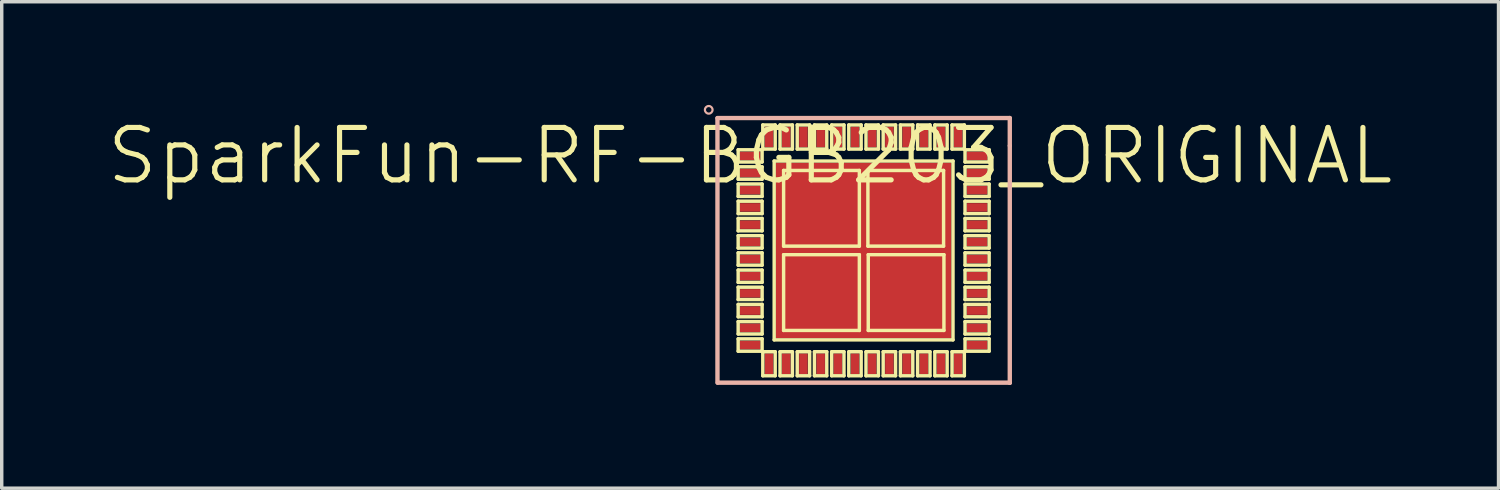
<source format=kicad_pcb>
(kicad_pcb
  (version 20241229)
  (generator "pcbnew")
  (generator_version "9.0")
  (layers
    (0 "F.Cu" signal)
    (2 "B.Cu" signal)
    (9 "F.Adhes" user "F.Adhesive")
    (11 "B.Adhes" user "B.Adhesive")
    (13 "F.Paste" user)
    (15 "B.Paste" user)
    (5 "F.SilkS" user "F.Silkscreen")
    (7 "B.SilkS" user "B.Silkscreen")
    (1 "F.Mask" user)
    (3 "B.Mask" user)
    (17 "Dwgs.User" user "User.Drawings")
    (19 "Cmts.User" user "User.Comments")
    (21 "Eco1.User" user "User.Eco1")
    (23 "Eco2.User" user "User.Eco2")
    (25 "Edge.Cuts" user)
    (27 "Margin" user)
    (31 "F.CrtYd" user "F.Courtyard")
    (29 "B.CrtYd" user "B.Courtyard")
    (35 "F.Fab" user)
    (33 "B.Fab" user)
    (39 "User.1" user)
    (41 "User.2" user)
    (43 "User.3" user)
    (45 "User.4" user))
  (footprint "SparkFun-RF-BGB203_ORIGINAL"
    (layer "F.Cu")
    (at 18.76 1.482)
    (property "Reference" "SparkFun-RF-BGB203_ORIGINAL" (at 0 0 0) (layer "F.SilkS") (effects (font (size 1.524 1.524) (thickness 0.15))))
    (attr smd)
    (fp_line (start -0.348 -0.178) (end -0.348 0.178) (stroke (width 0.1) (type solid)) (layer "F.SilkS"))
    (fp_line (start -0.348 0.178) (end 0.348 0.178) (stroke (width 0.1) (type solid)) (layer "F.SilkS"))
    (fp_line (start -0.348 0.318) (end -0.348 0.678) (stroke (width 0.1) (type solid)) (layer "F.SilkS"))
    (fp_line (start -0.348 0.678) (end 0.348 0.678) (stroke (width 0.1) (type solid)) (layer "F.SilkS"))
    (fp_line (start -0.348 0.818) (end -0.348 1.179) (stroke (width 0.1) (type solid)) (layer "F.SilkS"))
    (fp_line (start -0.348 1.179) (end 0.348 1.179) (stroke (width 0.1) (type solid)) (layer "F.SilkS"))
    (fp_line (start -0.348 1.318) (end -0.348 1.679) (stroke (width 0.1) (type solid)) (layer "F.SilkS"))
    (fp_line (start -0.348 1.679) (end 0.348 1.679) (stroke (width 0.1) (type solid)) (layer "F.SilkS"))
    (fp_line (start -0.348 1.819) (end -0.348 2.179) (stroke (width 0.1) (type solid)) (layer "F.SilkS"))
    (fp_line (start -0.348 2.179) (end 0.348 2.179) (stroke (width 0.1) (type solid)) (layer "F.SilkS"))
    (fp_line (start -0.348 2.319) (end -0.348 2.68) (stroke (width 0.1) (type solid)) (layer "F.SilkS"))
    (fp_line (start -0.348 2.68) (end 0.348 2.68) (stroke (width 0.1) (type solid)) (layer "F.SilkS"))
    (fp_line (start -0.348 2.819) (end -0.348 3.178) (stroke (width 0.1) (type solid)) (layer "F.SilkS"))
    (fp_line (start -0.348 3.178) (end 0.348 3.178) (stroke (width 0.1) (type solid)) (layer "F.SilkS"))
    (fp_line (start -0.348 3.32) (end -0.348 3.678) (stroke (width 0.1) (type solid)) (layer "F.SilkS"))
    (fp_line (start -0.348 3.678) (end 0.348 3.678) (stroke (width 0.1) (type solid)) (layer "F.SilkS"))
    (fp_line (start -0.348 3.818) (end -0.348 4.178) (stroke (width 0.1) (type solid)) (layer "F.SilkS"))
    (fp_line (start -0.348 4.178) (end 0.348 4.178) (stroke (width 0.1) (type solid)) (layer "F.SilkS"))
    (fp_line (start -0.348 4.318) (end -0.348 4.679) (stroke (width 0.1) (type solid)) (layer "F.SilkS"))
    (fp_line (start -0.348 4.679) (end 0.348 4.679) (stroke (width 0.1) (type solid)) (layer "F.SilkS"))
    (fp_line (start -0.348 4.818) (end -0.348 5.179) (stroke (width 0.1) (type solid)) (layer "F.SilkS"))
    (fp_line (start -0.348 5.179) (end 0.348 5.179) (stroke (width 0.1) (type solid)) (layer "F.SilkS"))
    (fp_line (start -0.348 5.319) (end -0.348 5.679) (stroke (width 0.1) (type solid)) (layer "F.SilkS"))
    (fp_line (start -0.348 5.679) (end 0.348 5.679) (stroke (width 0.1) (type solid)) (layer "F.SilkS"))
    (fp_line (start 0.348 -0.178) (end -0.348 -0.178) (stroke (width 0.1) (type solid)) (layer "F.SilkS"))
    (fp_line (start 0.348 0.178) (end 0.348 -0.178) (stroke (width 0.1) (type solid)) (layer "F.SilkS"))
    (fp_line (start 0.348 0.318) (end -0.348 0.318) (stroke (width 0.1) (type solid)) (layer "F.SilkS"))
    (fp_line (start 0.348 0.678) (end 0.348 0.318) (stroke (width 0.1) (type solid)) (layer "F.SilkS"))
    (fp_line (start 0.348 0.818) (end -0.348 0.818) (stroke (width 0.1) (type solid)) (layer "F.SilkS"))
    (fp_line (start 0.348 1.179) (end 0.348 0.818) (stroke (width 0.1) (type solid)) (layer "F.SilkS"))
    (fp_line (start 0.348 1.318) (end -0.348 1.318) (stroke (width 0.1) (type solid)) (layer "F.SilkS"))
    (fp_line (start 0.348 1.679) (end 0.348 1.318) (stroke (width 0.1) (type solid)) (layer "F.SilkS"))
    (fp_line (start 0.348 1.819) (end -0.348 1.819) (stroke (width 0.1) (type solid)) (layer "F.SilkS"))
    (fp_line (start 0.348 2.179) (end 0.348 1.819) (stroke (width 0.1) (type solid)) (layer "F.SilkS"))
    (fp_line (start 0.348 2.319) (end -0.348 2.319) (stroke (width 0.1) (type solid)) (layer "F.SilkS"))
    (fp_line (start 0.348 2.68) (end 0.348 2.319) (stroke (width 0.1) (type solid)) (layer "F.SilkS"))
    (fp_line (start 0.348 2.819) (end -0.348 2.819) (stroke (width 0.1) (type solid)) (layer "F.SilkS"))
    (fp_line (start 0.348 3.178) (end 0.348 2.819) (stroke (width 0.1) (type solid)) (layer "F.SilkS"))
    (fp_line (start 0.348 3.32) (end -0.348 3.32) (stroke (width 0.1) (type solid)) (layer "F.SilkS"))
    (fp_line (start 0.348 3.678) (end 0.348 3.32) (stroke (width 0.1) (type solid)) (layer "F.SilkS"))
    (fp_line (start 0.348 3.818) (end -0.348 3.818) (stroke (width 0.1) (type solid)) (layer "F.SilkS"))
    (fp_line (start 0.348 4.178) (end 0.348 3.818) (stroke (width 0.1) (type solid)) (layer "F.SilkS"))
    (fp_line (start 0.348 4.318) (end -0.348 4.318) (stroke (width 0.1) (type solid)) (layer "F.SilkS"))
    (fp_line (start 0.348 4.679) (end 0.348 4.318) (stroke (width 0.1) (type solid)) (layer "F.SilkS"))
    (fp_line (start 0.348 4.818) (end -0.348 4.818) (stroke (width 0.1) (type solid)) (layer "F.SilkS"))
    (fp_line (start 0.348 5.179) (end 0.348 4.818) (stroke (width 0.1) (type solid)) (layer "F.SilkS"))
    (fp_line (start 0.348 5.319) (end -0.348 5.319) (stroke (width 0.1) (type solid)) (layer "F.SilkS"))
    (fp_line (start 0.348 5.679) (end 0.348 5.319) (stroke (width 0.1) (type solid)) (layer "F.SilkS"))
    (fp_line (start 0.368 -0.899) (end 0.368 -0.198) (stroke (width 0.1) (type solid)) (layer "F.SilkS"))
    (fp_line (start 0.368 -0.198) (end 0.729 -0.198) (stroke (width 0.1) (type solid)) (layer "F.SilkS"))
    (fp_line (start 0.368 5.695) (end 0.368 6.393) (stroke (width 0.1) (type solid)) (layer "F.SilkS"))
    (fp_line (start 0.368 6.393) (end 0.729 6.393) (stroke (width 0.1) (type solid)) (layer "F.SilkS"))
    (fp_line (start 0.699 0.15) (end 0.699 5.349) (stroke (width 0.1) (type solid)) (layer "F.SilkS"))
    (fp_line (start 0.699 5.349) (end 5.898 5.349) (stroke (width 0.1) (type solid)) (layer "F.SilkS"))
    (fp_line (start 0.729 -0.899) (end 0.368 -0.899) (stroke (width 0.1) (type solid)) (layer "F.SilkS"))
    (fp_line (start 0.729 -0.198) (end 0.729 -0.899) (stroke (width 0.1) (type solid)) (layer "F.SilkS"))
    (fp_line (start 0.729 5.695) (end 0.368 5.695) (stroke (width 0.1) (type solid)) (layer "F.SilkS"))
    (fp_line (start 0.729 6.393) (end 0.729 5.695) (stroke (width 0.1) (type solid)) (layer "F.SilkS"))
    (fp_line (start 0.869 -0.899) (end 0.869 -0.198) (stroke (width 0.1) (type solid)) (layer "F.SilkS"))
    (fp_line (start 0.869 -0.198) (end 1.229 -0.198) (stroke (width 0.1) (type solid)) (layer "F.SilkS"))
    (fp_line (start 0.869 5.695) (end 0.869 6.393) (stroke (width 0.1) (type solid)) (layer "F.SilkS"))
    (fp_line (start 0.869 6.393) (end 1.229 6.393) (stroke (width 0.1) (type solid)) (layer "F.SilkS"))
    (fp_line (start 0.973 0.424) (end 0.973 2.624) (stroke (width 0.1) (type solid)) (layer "F.SilkS"))
    (fp_line (start 0.973 2.624) (end 3.175 2.624) (stroke (width 0.1) (type solid)) (layer "F.SilkS"))
    (fp_line (start 0.973 2.873) (end 0.973 5.075) (stroke (width 0.1) (type solid)) (layer "F.SilkS"))
    (fp_line (start 0.973 5.075) (end 3.175 5.075) (stroke (width 0.1) (type solid)) (layer "F.SilkS"))
    (fp_line (start 1.229 -0.899) (end 0.869 -0.899) (stroke (width 0.1) (type solid)) (layer "F.SilkS"))
    (fp_line (start 1.229 -0.198) (end 1.229 -0.899) (stroke (width 0.1) (type solid)) (layer "F.SilkS"))
    (fp_line (start 1.229 5.695) (end 0.869 5.695) (stroke (width 0.1) (type solid)) (layer "F.SilkS"))
    (fp_line (start 1.229 6.393) (end 1.229 5.695) (stroke (width 0.1) (type solid)) (layer "F.SilkS"))
    (fp_line (start 1.369 -0.899) (end 1.369 -0.198) (stroke (width 0.1) (type solid)) (layer "F.SilkS"))
    (fp_line (start 1.369 -0.198) (end 1.73 -0.198) (stroke (width 0.1) (type solid)) (layer "F.SilkS"))
    (fp_line (start 1.369 5.695) (end 1.369 6.393) (stroke (width 0.1) (type solid)) (layer "F.SilkS"))
    (fp_line (start 1.369 6.393) (end 1.73 6.393) (stroke (width 0.1) (type solid)) (layer "F.SilkS"))
    (fp_line (start 1.73 -0.899) (end 1.369 -0.899) (stroke (width 0.1) (type solid)) (layer "F.SilkS"))
    (fp_line (start 1.73 -0.198) (end 1.73 -0.899) (stroke (width 0.1) (type solid)) (layer "F.SilkS"))
    (fp_line (start 1.73 5.695) (end 1.369 5.695) (stroke (width 0.1) (type solid)) (layer "F.SilkS"))
    (fp_line (start 1.73 6.393) (end 1.73 5.695) (stroke (width 0.1) (type solid)) (layer "F.SilkS"))
    (fp_line (start 1.869 -0.899) (end 1.869 -0.198) (stroke (width 0.1) (type solid)) (layer "F.SilkS"))
    (fp_line (start 1.869 -0.198) (end 2.228 -0.198) (stroke (width 0.1) (type solid)) (layer "F.SilkS"))
    (fp_line (start 1.869 5.695) (end 1.869 6.393) (stroke (width 0.1) (type solid)) (layer "F.SilkS"))
    (fp_line (start 1.869 6.393) (end 2.228 6.393) (stroke (width 0.1) (type solid)) (layer "F.SilkS"))
    (fp_line (start 2.228 -0.899) (end 1.869 -0.899) (stroke (width 0.1) (type solid)) (layer "F.SilkS"))
    (fp_line (start 2.228 -0.198) (end 2.228 -0.899) (stroke (width 0.1) (type solid)) (layer "F.SilkS"))
    (fp_line (start 2.228 5.695) (end 1.869 5.695) (stroke (width 0.1) (type solid)) (layer "F.SilkS"))
    (fp_line (start 2.228 6.393) (end 2.228 5.695) (stroke (width 0.1) (type solid)) (layer "F.SilkS"))
    (fp_line (start 2.37 -0.899) (end 2.37 -0.198) (stroke (width 0.1) (type solid)) (layer "F.SilkS"))
    (fp_line (start 2.37 -0.198) (end 2.728 -0.198) (stroke (width 0.1) (type solid)) (layer "F.SilkS"))
    (fp_line (start 2.37 5.695) (end 2.37 6.393) (stroke (width 0.1) (type solid)) (layer "F.SilkS"))
    (fp_line (start 2.37 6.393) (end 2.728 6.393) (stroke (width 0.1) (type solid)) (layer "F.SilkS"))
    (fp_line (start 2.728 -0.899) (end 2.37 -0.899) (stroke (width 0.1) (type solid)) (layer "F.SilkS"))
    (fp_line (start 2.728 -0.198) (end 2.728 -0.899) (stroke (width 0.1) (type solid)) (layer "F.SilkS"))
    (fp_line (start 2.728 5.695) (end 2.37 5.695) (stroke (width 0.1) (type solid)) (layer "F.SilkS"))
    (fp_line (start 2.728 6.393) (end 2.728 5.695) (stroke (width 0.1) (type solid)) (layer "F.SilkS"))
    (fp_line (start 2.868 -0.899) (end 2.868 -0.198) (stroke (width 0.1) (type solid)) (layer "F.SilkS"))
    (fp_line (start 2.868 -0.198) (end 3.228 -0.198) (stroke (width 0.1) (type solid)) (layer "F.SilkS"))
    (fp_line (start 2.868 5.695) (end 2.868 6.393) (stroke (width 0.1) (type solid)) (layer "F.SilkS"))
    (fp_line (start 2.868 6.393) (end 3.228 6.393) (stroke (width 0.1) (type solid)) (layer "F.SilkS"))
    (fp_line (start 3.175 0.424) (end 0.973 0.424) (stroke (width 0.1) (type solid)) (layer "F.SilkS"))
    (fp_line (start 3.175 2.624) (end 3.175 0.424) (stroke (width 0.1) (type solid)) (layer "F.SilkS"))
    (fp_line (start 3.175 2.873) (end 0.973 2.873) (stroke (width 0.1) (type solid)) (layer "F.SilkS"))
    (fp_line (start 3.175 5.075) (end 3.175 2.873) (stroke (width 0.1) (type solid)) (layer "F.SilkS"))
    (fp_line (start 3.228 -0.899) (end 2.868 -0.899) (stroke (width 0.1) (type solid)) (layer "F.SilkS"))
    (fp_line (start 3.228 -0.198) (end 3.228 -0.899) (stroke (width 0.1) (type solid)) (layer "F.SilkS"))
    (fp_line (start 3.228 5.695) (end 2.868 5.695) (stroke (width 0.1) (type solid)) (layer "F.SilkS"))
    (fp_line (start 3.228 6.393) (end 3.228 5.695) (stroke (width 0.1) (type solid)) (layer "F.SilkS"))
    (fp_line (start 3.368 -0.899) (end 3.368 -0.198) (stroke (width 0.1) (type solid)) (layer "F.SilkS"))
    (fp_line (start 3.368 -0.198) (end 3.729 -0.198) (stroke (width 0.1) (type solid)) (layer "F.SilkS"))
    (fp_line (start 3.368 5.695) (end 3.368 6.393) (stroke (width 0.1) (type solid)) (layer "F.SilkS"))
    (fp_line (start 3.368 6.393) (end 3.729 6.393) (stroke (width 0.1) (type solid)) (layer "F.SilkS"))
    (fp_line (start 3.424 0.424) (end 3.424 2.624) (stroke (width 0.1) (type solid)) (layer "F.SilkS"))
    (fp_line (start 3.424 2.624) (end 5.624 2.624) (stroke (width 0.1) (type solid)) (layer "F.SilkS"))
    (fp_line (start 3.434 2.873) (end 3.434 5.075) (stroke (width 0.1) (type solid)) (layer "F.SilkS"))
    (fp_line (start 3.434 5.075) (end 5.634 5.075) (stroke (width 0.1) (type solid)) (layer "F.SilkS"))
    (fp_line (start 3.729 -0.899) (end 3.368 -0.899) (stroke (width 0.1) (type solid)) (layer "F.SilkS"))
    (fp_line (start 3.729 -0.198) (end 3.729 -0.899) (stroke (width 0.1) (type solid)) (layer "F.SilkS"))
    (fp_line (start 3.729 5.695) (end 3.368 5.695) (stroke (width 0.1) (type solid)) (layer "F.SilkS"))
    (fp_line (start 3.729 6.393) (end 3.729 5.695) (stroke (width 0.1) (type solid)) (layer "F.SilkS"))
    (fp_line (start 3.868 -0.899) (end 3.868 -0.198) (stroke (width 0.1) (type solid)) (layer "F.SilkS"))
    (fp_line (start 3.868 -0.198) (end 4.229 -0.198) (stroke (width 0.1) (type solid)) (layer "F.SilkS"))
    (fp_line (start 3.868 5.695) (end 3.868 6.393) (stroke (width 0.1) (type solid)) (layer "F.SilkS"))
    (fp_line (start 3.868 6.393) (end 4.229 6.393) (stroke (width 0.1) (type solid)) (layer "F.SilkS"))
    (fp_line (start 4.229 -0.899) (end 3.868 -0.899) (stroke (width 0.1) (type solid)) (layer "F.SilkS"))
    (fp_line (start 4.229 -0.198) (end 4.229 -0.899) (stroke (width 0.1) (type solid)) (layer "F.SilkS"))
    (fp_line (start 4.229 5.695) (end 3.868 5.695) (stroke (width 0.1) (type solid)) (layer "F.SilkS"))
    (fp_line (start 4.229 6.393) (end 4.229 5.695) (stroke (width 0.1) (type solid)) (layer "F.SilkS"))
    (fp_line (start 4.369 -0.899) (end 4.369 -0.198) (stroke (width 0.1) (type solid)) (layer "F.SilkS"))
    (fp_line (start 4.369 -0.198) (end 4.729 -0.198) (stroke (width 0.1) (type solid)) (layer "F.SilkS"))
    (fp_line (start 4.369 5.695) (end 4.369 6.393) (stroke (width 0.1) (type solid)) (layer "F.SilkS"))
    (fp_line (start 4.369 6.393) (end 4.729 6.393) (stroke (width 0.1) (type solid)) (layer "F.SilkS"))
    (fp_line (start 4.729 -0.899) (end 4.369 -0.899) (stroke (width 0.1) (type solid)) (layer "F.SilkS"))
    (fp_line (start 4.729 -0.198) (end 4.729 -0.899) (stroke (width 0.1) (type solid)) (layer "F.SilkS"))
    (fp_line (start 4.729 5.695) (end 4.369 5.695) (stroke (width 0.1) (type solid)) (layer "F.SilkS"))
    (fp_line (start 4.729 6.393) (end 4.729 5.695) (stroke (width 0.1) (type solid)) (layer "F.SilkS"))
    (fp_line (start 4.869 -0.899) (end 4.869 -0.198) (stroke (width 0.1) (type solid)) (layer "F.SilkS"))
    (fp_line (start 4.869 -0.198) (end 5.23 -0.198) (stroke (width 0.1) (type solid)) (layer "F.SilkS"))
    (fp_line (start 4.869 5.695) (end 4.869 6.393) (stroke (width 0.1) (type solid)) (layer "F.SilkS"))
    (fp_line (start 4.869 6.393) (end 5.23 6.393) (stroke (width 0.1) (type solid)) (layer "F.SilkS"))
    (fp_line (start 5.23 -0.899) (end 4.869 -0.899) (stroke (width 0.1) (type solid)) (layer "F.SilkS"))
    (fp_line (start 5.23 -0.198) (end 5.23 -0.899) (stroke (width 0.1) (type solid)) (layer "F.SilkS"))
    (fp_line (start 5.23 5.695) (end 4.869 5.695) (stroke (width 0.1) (type solid)) (layer "F.SilkS"))
    (fp_line (start 5.23 6.393) (end 5.23 5.695) (stroke (width 0.1) (type solid)) (layer "F.SilkS"))
    (fp_line (start 5.37 -0.899) (end 5.37 -0.198) (stroke (width 0.1) (type solid)) (layer "F.SilkS"))
    (fp_line (start 5.37 -0.198) (end 5.728 -0.198) (stroke (width 0.1) (type solid)) (layer "F.SilkS"))
    (fp_line (start 5.37 5.695) (end 5.37 6.393) (stroke (width 0.1) (type solid)) (layer "F.SilkS"))
    (fp_line (start 5.37 6.393) (end 5.728 6.393) (stroke (width 0.1) (type solid)) (layer "F.SilkS"))
    (fp_line (start 5.624 0.424) (end 3.424 0.424) (stroke (width 0.1) (type solid)) (layer "F.SilkS"))
    (fp_line (start 5.624 2.624) (end 5.624 0.424) (stroke (width 0.1) (type solid)) (layer "F.SilkS"))
    (fp_line (start 5.634 2.873) (end 3.434 2.873) (stroke (width 0.1) (type solid)) (layer "F.SilkS"))
    (fp_line (start 5.634 5.075) (end 5.634 2.873) (stroke (width 0.1) (type solid)) (layer "F.SilkS"))
    (fp_line (start 5.728 -0.899) (end 5.37 -0.899) (stroke (width 0.1) (type solid)) (layer "F.SilkS"))
    (fp_line (start 5.728 -0.198) (end 5.728 -0.899) (stroke (width 0.1) (type solid)) (layer "F.SilkS"))
    (fp_line (start 5.728 5.695) (end 5.37 5.695) (stroke (width 0.1) (type solid)) (layer "F.SilkS"))
    (fp_line (start 5.728 6.393) (end 5.728 5.695) (stroke (width 0.1) (type solid)) (layer "F.SilkS"))
    (fp_line (start 5.87 -0.899) (end 5.87 -0.198) (stroke (width 0.1) (type solid)) (layer "F.SilkS"))
    (fp_line (start 5.87 -0.198) (end 6.228 -0.198) (stroke (width 0.1) (type solid)) (layer "F.SilkS"))
    (fp_line (start 5.87 5.695) (end 5.87 6.393) (stroke (width 0.1) (type solid)) (layer "F.SilkS"))
    (fp_line (start 5.87 6.393) (end 6.228 6.393) (stroke (width 0.1) (type solid)) (layer "F.SilkS"))
    (fp_line (start 5.898 0.15) (end 0.699 0.15) (stroke (width 0.1) (type solid)) (layer "F.SilkS"))
    (fp_line (start 5.898 5.349) (end 5.898 0.15) (stroke (width 0.1) (type solid)) (layer "F.SilkS"))
    (fp_line (start 6.228 -0.899) (end 5.87 -0.899) (stroke (width 0.1) (type solid)) (layer "F.SilkS"))
    (fp_line (start 6.228 -0.198) (end 6.228 -0.899) (stroke (width 0.1) (type solid)) (layer "F.SilkS"))
    (fp_line (start 6.228 5.695) (end 5.87 5.695) (stroke (width 0.1) (type solid)) (layer "F.SilkS"))
    (fp_line (start 6.228 6.393) (end 6.228 5.695) (stroke (width 0.1) (type solid)) (layer "F.SilkS"))
    (fp_line (start 6.248 -0.178) (end 6.248 0.178) (stroke (width 0.1) (type solid)) (layer "F.SilkS"))
    (fp_line (start 6.248 0.178) (end 6.949 0.178) (stroke (width 0.1) (type solid)) (layer "F.SilkS"))
    (fp_line (start 6.248 0.318) (end 6.248 0.678) (stroke (width 0.1) (type solid)) (layer "F.SilkS"))
    (fp_line (start 6.248 0.678) (end 6.949 0.678) (stroke (width 0.1) (type solid)) (layer "F.SilkS"))
    (fp_line (start 6.248 0.818) (end 6.248 1.179) (stroke (width 0.1) (type solid)) (layer "F.SilkS"))
    (fp_line (start 6.248 1.179) (end 6.949 1.179) (stroke (width 0.1) (type solid)) (layer "F.SilkS"))
    (fp_line (start 6.248 1.318) (end 6.248 1.679) (stroke (width 0.1) (type solid)) (layer "F.SilkS"))
    (fp_line (start 6.248 1.679) (end 6.949 1.679) (stroke (width 0.1) (type solid)) (layer "F.SilkS"))
    (fp_line (start 6.248 1.819) (end 6.248 2.179) (stroke (width 0.1) (type solid)) (layer "F.SilkS"))
    (fp_line (start 6.248 2.179) (end 6.949 2.179) (stroke (width 0.1) (type solid)) (layer "F.SilkS"))
    (fp_line (start 6.248 2.319) (end 6.248 2.68) (stroke (width 0.1) (type solid)) (layer "F.SilkS"))
    (fp_line (start 6.248 2.68) (end 6.949 2.68) (stroke (width 0.1) (type solid)) (layer "F.SilkS"))
    (fp_line (start 6.248 2.819) (end 6.248 3.178) (stroke (width 0.1) (type solid)) (layer "F.SilkS"))
    (fp_line (start 6.248 3.178) (end 6.949 3.178) (stroke (width 0.1) (type solid)) (layer "F.SilkS"))
    (fp_line (start 6.248 3.32) (end 6.248 3.678) (stroke (width 0.1) (type solid)) (layer "F.SilkS"))
    (fp_line (start 6.248 3.678) (end 6.949 3.678) (stroke (width 0.1) (type solid)) (layer "F.SilkS"))
    (fp_line (start 6.248 3.818) (end 6.248 4.178) (stroke (width 0.1) (type solid)) (layer "F.SilkS"))
    (fp_line (start 6.248 4.178) (end 6.949 4.178) (stroke (width 0.1) (type solid)) (layer "F.SilkS"))
    (fp_line (start 6.248 4.318) (end 6.248 4.679) (stroke (width 0.1) (type solid)) (layer "F.SilkS"))
    (fp_line (start 6.248 4.679) (end 6.949 4.679) (stroke (width 0.1) (type solid)) (layer "F.SilkS"))
    (fp_line (start 6.248 4.818) (end 6.248 5.179) (stroke (width 0.1) (type solid)) (layer "F.SilkS"))
    (fp_line (start 6.248 5.179) (end 6.949 5.179) (stroke (width 0.1) (type solid)) (layer "F.SilkS"))
    (fp_line (start 6.248 5.319) (end 6.248 5.679) (stroke (width 0.1) (type solid)) (layer "F.SilkS"))
    (fp_line (start 6.248 5.679) (end 6.949 5.679) (stroke (width 0.1) (type solid)) (layer "F.SilkS"))
    (fp_line (start 6.949 -0.178) (end 6.248 -0.178) (stroke (width 0.1) (type solid)) (layer "F.SilkS"))
    (fp_line (start 6.949 0.178) (end 6.949 -0.178) (stroke (width 0.1) (type solid)) (layer "F.SilkS"))
    (fp_line (start 6.949 0.318) (end 6.248 0.318) (stroke (width 0.1) (type solid)) (layer "F.SilkS"))
    (fp_line (start 6.949 0.678) (end 6.949 0.318) (stroke (width 0.1) (type solid)) (layer "F.SilkS"))
    (fp_line (start 6.949 0.818) (end 6.248 0.818) (stroke (width 0.1) (type solid)) (layer "F.SilkS"))
    (fp_line (start 6.949 1.179) (end 6.949 0.818) (stroke (width 0.1) (type solid)) (layer "F.SilkS"))
    (fp_line (start 6.949 1.318) (end 6.248 1.318) (stroke (width 0.1) (type solid)) (layer "F.SilkS"))
    (fp_line (start 6.949 1.679) (end 6.949 1.318) (stroke (width 0.1) (type solid)) (layer "F.SilkS"))
    (fp_line (start 6.949 1.819) (end 6.248 1.819) (stroke (width 0.1) (type solid)) (layer "F.SilkS"))
    (fp_line (start 6.949 2.179) (end 6.949 1.819) (stroke (width 0.1) (type solid)) (layer "F.SilkS"))
    (fp_line (start 6.949 2.319) (end 6.248 2.319) (stroke (width 0.1) (type solid)) (layer "F.SilkS"))
    (fp_line (start 6.949 2.68) (end 6.949 2.319) (stroke (width 0.1) (type solid)) (layer "F.SilkS"))
    (fp_line (start 6.949 2.819) (end 6.248 2.819) (stroke (width 0.1) (type solid)) (layer "F.SilkS"))
    (fp_line (start 6.949 3.178) (end 6.949 2.819) (stroke (width 0.1) (type solid)) (layer "F.SilkS"))
    (fp_line (start 6.949 3.32) (end 6.248 3.32) (stroke (width 0.1) (type solid)) (layer "F.SilkS"))
    (fp_line (start 6.949 3.678) (end 6.949 3.32) (stroke (width 0.1) (type solid)) (layer "F.SilkS"))
    (fp_line (start 6.949 3.818) (end 6.248 3.818) (stroke (width 0.1) (type solid)) (layer "F.SilkS"))
    (fp_line (start 6.949 4.178) (end 6.949 3.818) (stroke (width 0.1) (type solid)) (layer "F.SilkS"))
    (fp_line (start 6.949 4.318) (end 6.248 4.318) (stroke (width 0.1) (type solid)) (layer "F.SilkS"))
    (fp_line (start 6.949 4.679) (end 6.949 4.318) (stroke (width 0.1) (type solid)) (layer "F.SilkS"))
    (fp_line (start 6.949 4.818) (end 6.248 4.818) (stroke (width 0.1) (type solid)) (layer "F.SilkS"))
    (fp_line (start 6.949 5.179) (end 6.949 4.818) (stroke (width 0.1) (type solid)) (layer "F.SilkS"))
    (fp_line (start 6.949 5.319) (end 6.248 5.319) (stroke (width 0.1) (type solid)) (layer "F.SilkS"))
    (fp_line (start 6.949 5.679) (end 6.949 5.319) (stroke (width 0.1) (type solid)) (layer "F.SilkS"))
    (fp_line (start -0.95 -1.1) (end 7.549 -1.1) (stroke (width 0.127) (type solid)) (layer "B.SilkS"))
    (fp_line (start -0.95 -1.095) (end -0.95 6.594) (stroke (width 0.127) (type solid)) (layer "B.SilkS"))
    (fp_line (start -0.94 6.594) (end 7.549 6.594) (stroke (width 0.127) (type solid)) (layer "B.SilkS"))
    (fp_line (start 7.549 -1.1) (end 7.549 -0.3) (stroke (width 0.127) (type solid)) (layer "B.SilkS"))
    (fp_line (start 7.549 -0.29) (end 7.549 6.594) (stroke (width 0.127) (type solid)) (layer "B.SilkS"))
    (fp_line (start 7.549 6.594) (end 7.549 6.599) (stroke (width 0.127) (type solid)) (layer "B.SilkS"))
    (fp_circle (center -1.204 -1.339) (end -1.283 -1.417) (stroke (width 0.064) (type solid)) (fill no) (layer "B.SilkS"))
    (pad "1" smd rect (at 0 0 90) (size 0.249 0.599) (layers "F.Cu" "F.Mask" "F.Paste"))
    (pad "2" smd rect (at 0 0.498 90) (size 0.249 0.599) (layers "F.Cu" "F.Mask" "F.Paste"))
    (pad "3" smd rect (at 0 0.998 90) (size 0.249 0.599) (layers "F.Cu" "F.Mask" "F.Paste"))
    (pad "4" smd rect (at 0 1.499 90) (size 0.249 0.599) (layers "F.Cu" "F.Mask" "F.Paste"))
    (pad "5" smd rect (at 0 1.999 90) (size 0.249 0.599) (layers "F.Cu" "F.Mask" "F.Paste"))
    (pad "6" smd rect (at 0 2.499 90) (size 0.249 0.599) (layers "F.Cu" "F.Mask" "F.Paste"))
    (pad "7" smd rect (at 0 3 90) (size 0.249 0.599) (layers "F.Cu" "F.Mask" "F.Paste"))
    (pad "8" smd rect (at 0 3.498 90) (size 0.249 0.599) (layers "F.Cu" "F.Mask" "F.Paste"))
    (pad "9" smd rect (at 0 3.998 90) (size 0.249 0.599) (layers "F.Cu" "F.Mask" "F.Paste"))
    (pad "10" smd rect (at 0 4.498 90) (size 0.249 0.599) (layers "F.Cu" "F.Mask" "F.Paste"))
    (pad "11" smd rect (at 0 4.999 90) (size 0.249 0.599) (layers "F.Cu" "F.Mask" "F.Paste"))
    (pad "12" smd rect (at 0 5.499 90) (size 0.249 0.599) (layers "F.Cu" "F.Mask" "F.Paste"))
    (pad "13" smd rect (at 0.549 6.043 180) (size 0.249 0.599) (layers "F.Cu" "F.Mask" "F.Paste"))
    (pad "14" smd rect (at 1.049 6.043 180) (size 0.249 0.599) (layers "F.Cu" "F.Mask" "F.Paste"))
    (pad "15" smd rect (at 1.549 6.043 180) (size 0.249 0.599) (layers "F.Cu" "F.Mask" "F.Paste"))
    (pad "16" smd rect (at 2.05 6.043 180) (size 0.249 0.599) (layers "F.Cu" "F.Mask" "F.Paste"))
    (pad "17" smd rect (at 2.548 6.043 180) (size 0.249 0.599) (layers "F.Cu" "F.Mask" "F.Paste"))
    (pad "18" smd rect (at 3.048 6.043 180) (size 0.249 0.599) (layers "F.Cu" "F.Mask" "F.Paste"))
    (pad "19" smd rect (at 3.548 6.043 180) (size 0.249 0.599) (layers "F.Cu" "F.Mask" "F.Paste"))
    (pad "20" smd rect (at 4.049 6.043 180) (size 0.249 0.599) (layers "F.Cu" "F.Mask" "F.Paste"))
    (pad "21" smd rect (at 4.549 6.043 180) (size 0.249 0.599) (layers "F.Cu" "F.Mask" "F.Paste"))
    (pad "22" smd rect (at 5.05 6.043 180) (size 0.249 0.599) (layers "F.Cu" "F.Mask" "F.Paste"))
    (pad "23" smd rect (at 5.55 6.043 180) (size 0.249 0.599) (layers "F.Cu" "F.Mask" "F.Paste"))
    (pad "24" smd rect (at 6.048 6.043 180) (size 0.249 0.599) (layers "F.Cu" "F.Mask" "F.Paste"))
    (pad "25" smd rect (at 6.599 5.499 90) (size 0.249 0.599) (layers "F.Cu" "F.Mask" "F.Paste"))
    (pad "26" smd rect (at 6.599 4.999 90) (size 0.249 0.599) (layers "F.Cu" "F.Mask" "F.Paste"))
    (pad "27" smd rect (at 6.599 4.498 90) (size 0.249 0.599) (layers "F.Cu" "F.Mask" "F.Paste"))
    (pad "28" smd rect (at 6.599 3.998 90) (size 0.249 0.599) (layers "F.Cu" "F.Mask" "F.Paste"))
    (pad "29" smd rect (at 6.599 3.498 90) (size 0.249 0.599) (layers "F.Cu" "F.Mask" "F.Paste"))
    (pad "30" smd rect (at 6.599 3 90) (size 0.249 0.599) (layers "F.Cu" "F.Mask" "F.Paste"))
    (pad "31" smd rect (at 6.599 2.499 90) (size 0.249 0.599) (layers "F.Cu" "F.Mask" "F.Paste"))
    (pad "32" smd rect (at 6.599 1.999 90) (size 0.249 0.599) (layers "F.Cu" "F.Mask" "F.Paste"))
    (pad "33" smd rect (at 6.599 1.499 90) (size 0.249 0.599) (layers "F.Cu" "F.Mask" "F.Paste"))
    (pad "34" smd rect (at 6.599 0.998 90) (size 0.249 0.599) (layers "F.Cu" "F.Mask" "F.Paste"))
    (pad "35" smd rect (at 6.599 0.498 90) (size 0.249 0.599) (layers "F.Cu" "F.Mask" "F.Paste"))
    (pad "36" smd rect (at 6.599 0 90) (size 0.249 0.599) (layers "F.Cu" "F.Mask" "F.Paste"))
    (pad "37" smd rect (at 6.048 -0.549 180) (size 0.249 0.599) (layers "F.Cu" "F.Mask" "F.Paste"))
    (pad "38" smd rect (at 5.55 -0.549 180) (size 0.249 0.599) (layers "F.Cu" "F.Mask" "F.Paste"))
    (pad "39" smd rect (at 5.05 -0.549 180) (size 0.249 0.599) (layers "F.Cu" "F.Mask" "F.Paste"))
    (pad "40" smd rect (at 4.549 -0.549 180) (size 0.249 0.599) (layers "F.Cu" "F.Mask" "F.Paste"))
    (pad "41" smd rect (at 4.049 -0.549 180) (size 0.249 0.599) (layers "F.Cu" "F.Mask" "F.Paste"))
    (pad "42" smd rect (at 3.548 -0.549 180) (size 0.249 0.599) (layers "F.Cu" "F.Mask" "F.Paste"))
    (pad "43" smd rect (at 3.048 -0.549 180) (size 0.249 0.599) (layers "F.Cu" "F.Mask" "F.Paste"))
    (pad "44" smd rect (at 2.548 -0.549 180) (size 0.249 0.599) (layers "F.Cu" "F.Mask" "F.Paste"))
    (pad "45" smd rect (at 2.05 -0.549 180) (size 0.249 0.599) (layers "F.Cu" "F.Mask" "F.Paste"))
    (pad "46" smd rect (at 1.549 -0.549 180) (size 0.249 0.599) (layers "F.Cu" "F.Mask" "F.Paste"))
    (pad "47" smd rect (at 1.049 -0.549 180) (size 0.249 0.599) (layers "F.Cu" "F.Mask" "F.Paste"))
    (pad "48" smd rect (at 0.549 -0.549 180) (size 0.249 0.599) (layers "F.Cu" "F.Mask" "F.Paste"))
    (pad "49" smd rect (at 3.299 2.748) (size 5.098 5.098) (layers "F.Cu" "F.Mask" "F.Paste")))
  (gr_rect
    (start -3 -3)
    (end 40.519 11.144)
    (stroke (width 0.1) (type default))
    (fill no)
    (layer "Edge.Cuts")))
</source>
